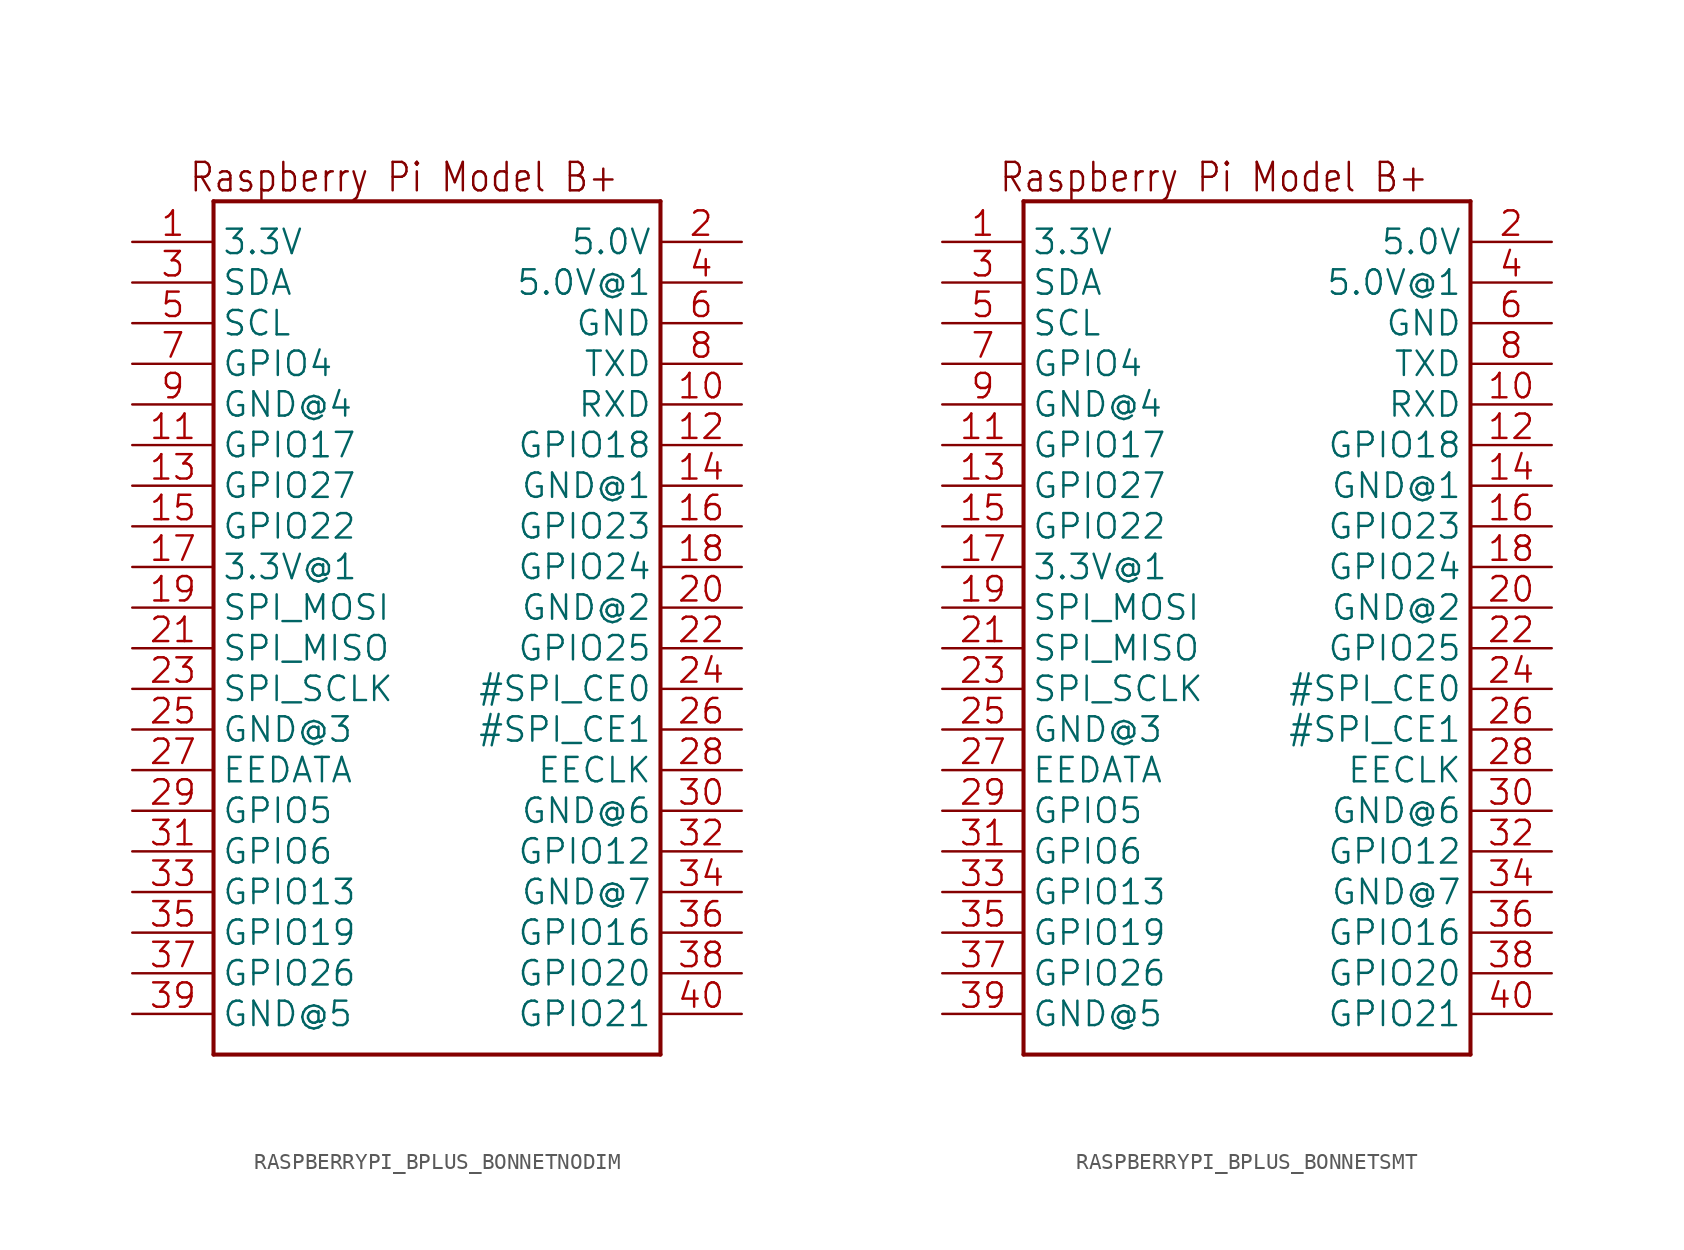
<source format=kicad_sym>
(kicad_symbol_lib
  (version 20241209)
  (generator "kicad_symbol_editor")
  (generator_version "9.0")
  (symbol "RASPBERRYPI_BPLUS_BONNETNODIM"
    (property "Reference" "RPI"
      (at 0 0 0)
      (effects (font (size 1.27 1.27)) (hide yes)))
    (property "ki_locked" ""
      (at 0 0 0)
      (effects (font (size 1.27 1.27))))
    (symbol "RASPBERRYPI_BPLUS_BONNETNODIM_1_0"
      (polyline (pts (xy -12.7 22.86) (xy 15.24 22.86)) (stroke (width 0.254) (type solid)) (fill (type none)))
      (polyline (pts (xy -12.7 -30.48) (xy -12.7 22.86)) (stroke (width 0.254) (type solid)) (fill (type none)))
      (polyline (pts (xy 15.24 22.86) (xy 15.24 -30.48)) (stroke (width 0.254) (type solid)) (fill (type none)))
      (polyline (pts (xy 15.24 -30.48) (xy -12.7 -30.48)) (stroke (width 0.254) (type solid)) (fill (type none)))
      (text "Raspberry Pi Model B+" (at 12.7 25.4 0) (effects (font (size 1.778 1.511)) (justify right top)))
      (pin power_in line (at -17.78 20.32 0) (length 5.08) (name "3.3V" (effects (font (size 1.524 1.524)))) (number "1" (effects (font (size 1.524 1.524)))))
      (pin bidirectional line (at -17.78 17.78 0) (length 5.08) (name "SDA" (effects (font (size 1.524 1.524)))) (number "3" (effects (font (size 1.524 1.524)))))
      (pin bidirectional line (at -17.78 15.24 0) (length 5.08) (name "SCL" (effects (font (size 1.524 1.524)))) (number "5" (effects (font (size 1.524 1.524)))))
      (pin bidirectional line (at -17.78 12.7 0) (length 5.08) (name "GPIO4" (effects (font (size 1.524 1.524)))) (number "7" (effects (font (size 1.524 1.524)))))
      (pin power_in line (at -17.78 10.16 0) (length 5.08) (name "GND@4" (effects (font (size 1.524 1.524)))) (number "9" (effects (font (size 1.524 1.524)))))
      (pin bidirectional line (at -17.78 7.62 0) (length 5.08) (name "GPIO17" (effects (font (size 1.524 1.524)))) (number "11" (effects (font (size 1.524 1.524)))))
      (pin bidirectional line (at -17.78 5.08 0) (length 5.08) (name "GPIO27" (effects (font (size 1.524 1.524)))) (number "13" (effects (font (size 1.524 1.524)))))
      (pin bidirectional line (at -17.78 2.54 0) (length 5.08) (name "GPIO22" (effects (font (size 1.524 1.524)))) (number "15" (effects (font (size 1.524 1.524)))))
      (pin power_in line (at -17.78 0 0) (length 5.08) (name "3.3V@1" (effects (font (size 1.524 1.524)))) (number "17" (effects (font (size 1.524 1.524)))))
      (pin bidirectional line (at -17.78 -2.54 0) (length 5.08) (name "SPI_MOSI" (effects (font (size 1.524 1.524)))) (number "19" (effects (font (size 1.524 1.524)))))
      (pin bidirectional line (at -17.78 -5.08 0) (length 5.08) (name "SPI_MISO" (effects (font (size 1.524 1.524)))) (number "21" (effects (font (size 1.524 1.524)))))
      (pin bidirectional line (at -17.78 -7.62 0) (length 5.08) (name "SPI_SCLK" (effects (font (size 1.524 1.524)))) (number "23" (effects (font (size 1.524 1.524)))))
      (pin power_in line (at -17.78 -10.16 0) (length 5.08) (name "GND@3" (effects (font (size 1.524 1.524)))) (number "25" (effects (font (size 1.524 1.524)))))
      (pin bidirectional line (at -17.78 -12.7 0) (length 5.08) (name "EEDATA" (effects (font (size 1.524 1.524)))) (number "27" (effects (font (size 1.524 1.524)))))
      (pin bidirectional line (at -17.78 -15.24 0) (length 5.08) (name "GPIO5" (effects (font (size 1.524 1.524)))) (number "29" (effects (font (size 1.524 1.524)))))
      (pin bidirectional line (at -17.78 -17.78 0) (length 5.08) (name "GPIO6" (effects (font (size 1.524 1.524)))) (number "31" (effects (font (size 1.524 1.524)))))
      (pin bidirectional line (at -17.78 -20.32 0) (length 5.08) (name "GPIO13" (effects (font (size 1.524 1.524)))) (number "33" (effects (font (size 1.524 1.524)))))
      (pin bidirectional line (at -17.78 -22.86 0) (length 5.08) (name "GPIO19" (effects (font (size 1.524 1.524)))) (number "35" (effects (font (size 1.524 1.524)))))
      (pin bidirectional line (at -17.78 -25.4 0) (length 5.08) (name "GPIO26" (effects (font (size 1.524 1.524)))) (number "37" (effects (font (size 1.524 1.524)))))
      (pin power_in line (at -17.78 -27.94 0) (length 5.08) (name "GND@5" (effects (font (size 1.524 1.524)))) (number "39" (effects (font (size 1.524 1.524)))))
      (pin power_in line (at 20.32 20.32 180) (length 5.08) (name "5.0V" (effects (font (size 1.524 1.524)))) (number "2" (effects (font (size 1.524 1.524)))))
      (pin power_in line (at 20.32 17.78 180) (length 5.08) (name "5.0V@1" (effects (font (size 1.524 1.524)))) (number "4" (effects (font (size 1.524 1.524)))))
      (pin power_in line (at 20.32 15.24 180) (length 5.08) (name "GND" (effects (font (size 1.524 1.524)))) (number "6" (effects (font (size 1.524 1.524)))))
      (pin bidirectional line (at 20.32 12.7 180) (length 5.08) (name "TXD" (effects (font (size 1.524 1.524)))) (number "8" (effects (font (size 1.524 1.524)))))
      (pin bidirectional line (at 20.32 10.16 180) (length 5.08) (name "RXD" (effects (font (size 1.524 1.524)))) (number "10" (effects (font (size 1.524 1.524)))))
      (pin bidirectional line (at 20.32 7.62 180) (length 5.08) (name "GPIO18" (effects (font (size 1.524 1.524)))) (number "12" (effects (font (size 1.524 1.524)))))
      (pin power_in line (at 20.32 5.08 180) (length 5.08) (name "GND@1" (effects (font (size 1.524 1.524)))) (number "14" (effects (font (size 1.524 1.524)))))
      (pin bidirectional line (at 20.32 2.54 180) (length 5.08) (name "GPIO23" (effects (font (size 1.524 1.524)))) (number "16" (effects (font (size 1.524 1.524)))))
      (pin bidirectional line (at 20.32 0 180) (length 5.08) (name "GPIO24" (effects (font (size 1.524 1.524)))) (number "18" (effects (font (size 1.524 1.524)))))
      (pin power_in line (at 20.32 -2.54 180) (length 5.08) (name "GND@2" (effects (font (size 1.524 1.524)))) (number "20" (effects (font (size 1.524 1.524)))))
      (pin bidirectional line (at 20.32 -5.08 180) (length 5.08) (name "GPIO25" (effects (font (size 1.524 1.524)))) (number "22" (effects (font (size 1.524 1.524)))))
      (pin bidirectional line (at 20.32 -7.62 180) (length 5.08) (name "#SPI_CE0" (effects (font (size 1.524 1.524)))) (number "24" (effects (font (size 1.524 1.524)))))
      (pin bidirectional line (at 20.32 -10.16 180) (length 5.08) (name "#SPI_CE1" (effects (font (size 1.524 1.524)))) (number "26" (effects (font (size 1.524 1.524)))))
      (pin bidirectional line (at 20.32 -12.7 180) (length 5.08) (name "EECLK" (effects (font (size 1.524 1.524)))) (number "28" (effects (font (size 1.524 1.524)))))
      (pin power_in line (at 20.32 -15.24 180) (length 5.08) (name "GND@6" (effects (font (size 1.524 1.524)))) (number "30" (effects (font (size 1.524 1.524)))))
      (pin bidirectional line (at 20.32 -17.78 180) (length 5.08) (name "GPIO12" (effects (font (size 1.524 1.524)))) (number "32" (effects (font (size 1.524 1.524)))))
      (pin power_in line (at 20.32 -20.32 180) (length 5.08) (name "GND@7" (effects (font (size 1.524 1.524)))) (number "34" (effects (font (size 1.524 1.524)))))
      (pin bidirectional line (at 20.32 -22.86 180) (length 5.08) (name "GPIO16" (effects (font (size 1.524 1.524)))) (number "36" (effects (font (size 1.524 1.524)))))
      (pin bidirectional line (at 20.32 -25.4 180) (length 5.08) (name "GPIO20" (effects (font (size 1.524 1.524)))) (number "38" (effects (font (size 1.524 1.524)))))
      (pin bidirectional line (at 20.32 -27.94 180) (length 5.08) (name "GPIO21" (effects (font (size 1.524 1.524)))) (number "40" (effects (font (size 1.524 1.524)))))))
  (symbol "RASPBERRYPI_BPLUS_BONNETSMT"
    (property "Reference" "RPI"
      (at 0 0 0)
      (effects (font (size 1.27 1.27)) (hide yes)))
    (property "ki_locked" ""
      (at 0 0 0)
      (effects (font (size 1.27 1.27))))
    (symbol "RASPBERRYPI_BPLUS_BONNETSMT_1_0"
      (polyline (pts (xy -12.7 22.86) (xy 15.24 22.86)) (stroke (width 0.254) (type solid)) (fill (type none)))
      (polyline (pts (xy -12.7 -30.48) (xy -12.7 22.86)) (stroke (width 0.254) (type solid)) (fill (type none)))
      (polyline (pts (xy 15.24 22.86) (xy 15.24 -30.48)) (stroke (width 0.254) (type solid)) (fill (type none)))
      (polyline (pts (xy 15.24 -30.48) (xy -12.7 -30.48)) (stroke (width 0.254) (type solid)) (fill (type none)))
      (text "Raspberry Pi Model B+" (at 12.7 25.4 0) (effects (font (size 1.778 1.511)) (justify right top)))
      (pin power_in line (at -17.78 20.32 0) (length 5.08) (name "3.3V" (effects (font (size 1.524 1.524)))) (number "1" (effects (font (size 1.524 1.524)))))
      (pin bidirectional line (at -17.78 17.78 0) (length 5.08) (name "SDA" (effects (font (size 1.524 1.524)))) (number "3" (effects (font (size 1.524 1.524)))))
      (pin bidirectional line (at -17.78 15.24 0) (length 5.08) (name "SCL" (effects (font (size 1.524 1.524)))) (number "5" (effects (font (size 1.524 1.524)))))
      (pin bidirectional line (at -17.78 12.7 0) (length 5.08) (name "GPIO4" (effects (font (size 1.524 1.524)))) (number "7" (effects (font (size 1.524 1.524)))))
      (pin power_in line (at -17.78 10.16 0) (length 5.08) (name "GND@4" (effects (font (size 1.524 1.524)))) (number "9" (effects (font (size 1.524 1.524)))))
      (pin bidirectional line (at -17.78 7.62 0) (length 5.08) (name "GPIO17" (effects (font (size 1.524 1.524)))) (number "11" (effects (font (size 1.524 1.524)))))
      (pin bidirectional line (at -17.78 5.08 0) (length 5.08) (name "GPIO27" (effects (font (size 1.524 1.524)))) (number "13" (effects (font (size 1.524 1.524)))))
      (pin bidirectional line (at -17.78 2.54 0) (length 5.08) (name "GPIO22" (effects (font (size 1.524 1.524)))) (number "15" (effects (font (size 1.524 1.524)))))
      (pin power_in line (at -17.78 0 0) (length 5.08) (name "3.3V@1" (effects (font (size 1.524 1.524)))) (number "17" (effects (font (size 1.524 1.524)))))
      (pin bidirectional line (at -17.78 -2.54 0) (length 5.08) (name "SPI_MOSI" (effects (font (size 1.524 1.524)))) (number "19" (effects (font (size 1.524 1.524)))))
      (pin bidirectional line (at -17.78 -5.08 0) (length 5.08) (name "SPI_MISO" (effects (font (size 1.524 1.524)))) (number "21" (effects (font (size 1.524 1.524)))))
      (pin bidirectional line (at -17.78 -7.62 0) (length 5.08) (name "SPI_SCLK" (effects (font (size 1.524 1.524)))) (number "23" (effects (font (size 1.524 1.524)))))
      (pin power_in line (at -17.78 -10.16 0) (length 5.08) (name "GND@3" (effects (font (size 1.524 1.524)))) (number "25" (effects (font (size 1.524 1.524)))))
      (pin bidirectional line (at -17.78 -12.7 0) (length 5.08) (name "EEDATA" (effects (font (size 1.524 1.524)))) (number "27" (effects (font (size 1.524 1.524)))))
      (pin bidirectional line (at -17.78 -15.24 0) (length 5.08) (name "GPIO5" (effects (font (size 1.524 1.524)))) (number "29" (effects (font (size 1.524 1.524)))))
      (pin bidirectional line (at -17.78 -17.78 0) (length 5.08) (name "GPIO6" (effects (font (size 1.524 1.524)))) (number "31" (effects (font (size 1.524 1.524)))))
      (pin bidirectional line (at -17.78 -20.32 0) (length 5.08) (name "GPIO13" (effects (font (size 1.524 1.524)))) (number "33" (effects (font (size 1.524 1.524)))))
      (pin bidirectional line (at -17.78 -22.86 0) (length 5.08) (name "GPIO19" (effects (font (size 1.524 1.524)))) (number "35" (effects (font (size 1.524 1.524)))))
      (pin bidirectional line (at -17.78 -25.4 0) (length 5.08) (name "GPIO26" (effects (font (size 1.524 1.524)))) (number "37" (effects (font (size 1.524 1.524)))))
      (pin power_in line (at -17.78 -27.94 0) (length 5.08) (name "GND@5" (effects (font (size 1.524 1.524)))) (number "39" (effects (font (size 1.524 1.524)))))
      (pin power_in line (at 20.32 20.32 180) (length 5.08) (name "5.0V" (effects (font (size 1.524 1.524)))) (number "2" (effects (font (size 1.524 1.524)))))
      (pin power_in line (at 20.32 17.78 180) (length 5.08) (name "5.0V@1" (effects (font (size 1.524 1.524)))) (number "4" (effects (font (size 1.524 1.524)))))
      (pin power_in line (at 20.32 15.24 180) (length 5.08) (name "GND" (effects (font (size 1.524 1.524)))) (number "6" (effects (font (size 1.524 1.524)))))
      (pin bidirectional line (at 20.32 12.7 180) (length 5.08) (name "TXD" (effects (font (size 1.524 1.524)))) (number "8" (effects (font (size 1.524 1.524)))))
      (pin bidirectional line (at 20.32 10.16 180) (length 5.08) (name "RXD" (effects (font (size 1.524 1.524)))) (number "10" (effects (font (size 1.524 1.524)))))
      (pin bidirectional line (at 20.32 7.62 180) (length 5.08) (name "GPIO18" (effects (font (size 1.524 1.524)))) (number "12" (effects (font (size 1.524 1.524)))))
      (pin power_in line (at 20.32 5.08 180) (length 5.08) (name "GND@1" (effects (font (size 1.524 1.524)))) (number "14" (effects (font (size 1.524 1.524)))))
      (pin bidirectional line (at 20.32 2.54 180) (length 5.08) (name "GPIO23" (effects (font (size 1.524 1.524)))) (number "16" (effects (font (size 1.524 1.524)))))
      (pin bidirectional line (at 20.32 0 180) (length 5.08) (name "GPIO24" (effects (font (size 1.524 1.524)))) (number "18" (effects (font (size 1.524 1.524)))))
      (pin power_in line (at 20.32 -2.54 180) (length 5.08) (name "GND@2" (effects (font (size 1.524 1.524)))) (number "20" (effects (font (size 1.524 1.524)))))
      (pin bidirectional line (at 20.32 -5.08 180) (length 5.08) (name "GPIO25" (effects (font (size 1.524 1.524)))) (number "22" (effects (font (size 1.524 1.524)))))
      (pin bidirectional line (at 20.32 -7.62 180) (length 5.08) (name "#SPI_CE0" (effects (font (size 1.524 1.524)))) (number "24" (effects (font (size 1.524 1.524)))))
      (pin bidirectional line (at 20.32 -10.16 180) (length 5.08) (name "#SPI_CE1" (effects (font (size 1.524 1.524)))) (number "26" (effects (font (size 1.524 1.524)))))
      (pin bidirectional line (at 20.32 -12.7 180) (length 5.08) (name "EECLK" (effects (font (size 1.524 1.524)))) (number "28" (effects (font (size 1.524 1.524)))))
      (pin power_in line (at 20.32 -15.24 180) (length 5.08) (name "GND@6" (effects (font (size 1.524 1.524)))) (number "30" (effects (font (size 1.524 1.524)))))
      (pin bidirectional line (at 20.32 -17.78 180) (length 5.08) (name "GPIO12" (effects (font (size 1.524 1.524)))) (number "32" (effects (font (size 1.524 1.524)))))
      (pin power_in line (at 20.32 -20.32 180) (length 5.08) (name "GND@7" (effects (font (size 1.524 1.524)))) (number "34" (effects (font (size 1.524 1.524)))))
      (pin bidirectional line (at 20.32 -22.86 180) (length 5.08) (name "GPIO16" (effects (font (size 1.524 1.524)))) (number "36" (effects (font (size 1.524 1.524)))))
      (pin bidirectional line (at 20.32 -25.4 180) (length 5.08) (name "GPIO20" (effects (font (size 1.524 1.524)))) (number "38" (effects (font (size 1.524 1.524)))))
      (pin bidirectional line (at 20.32 -27.94 180) (length 5.08) (name "GPIO21" (effects (font (size 1.524 1.524)))) (number "40" (effects (font (size 1.524 1.524))))))))
</source>
